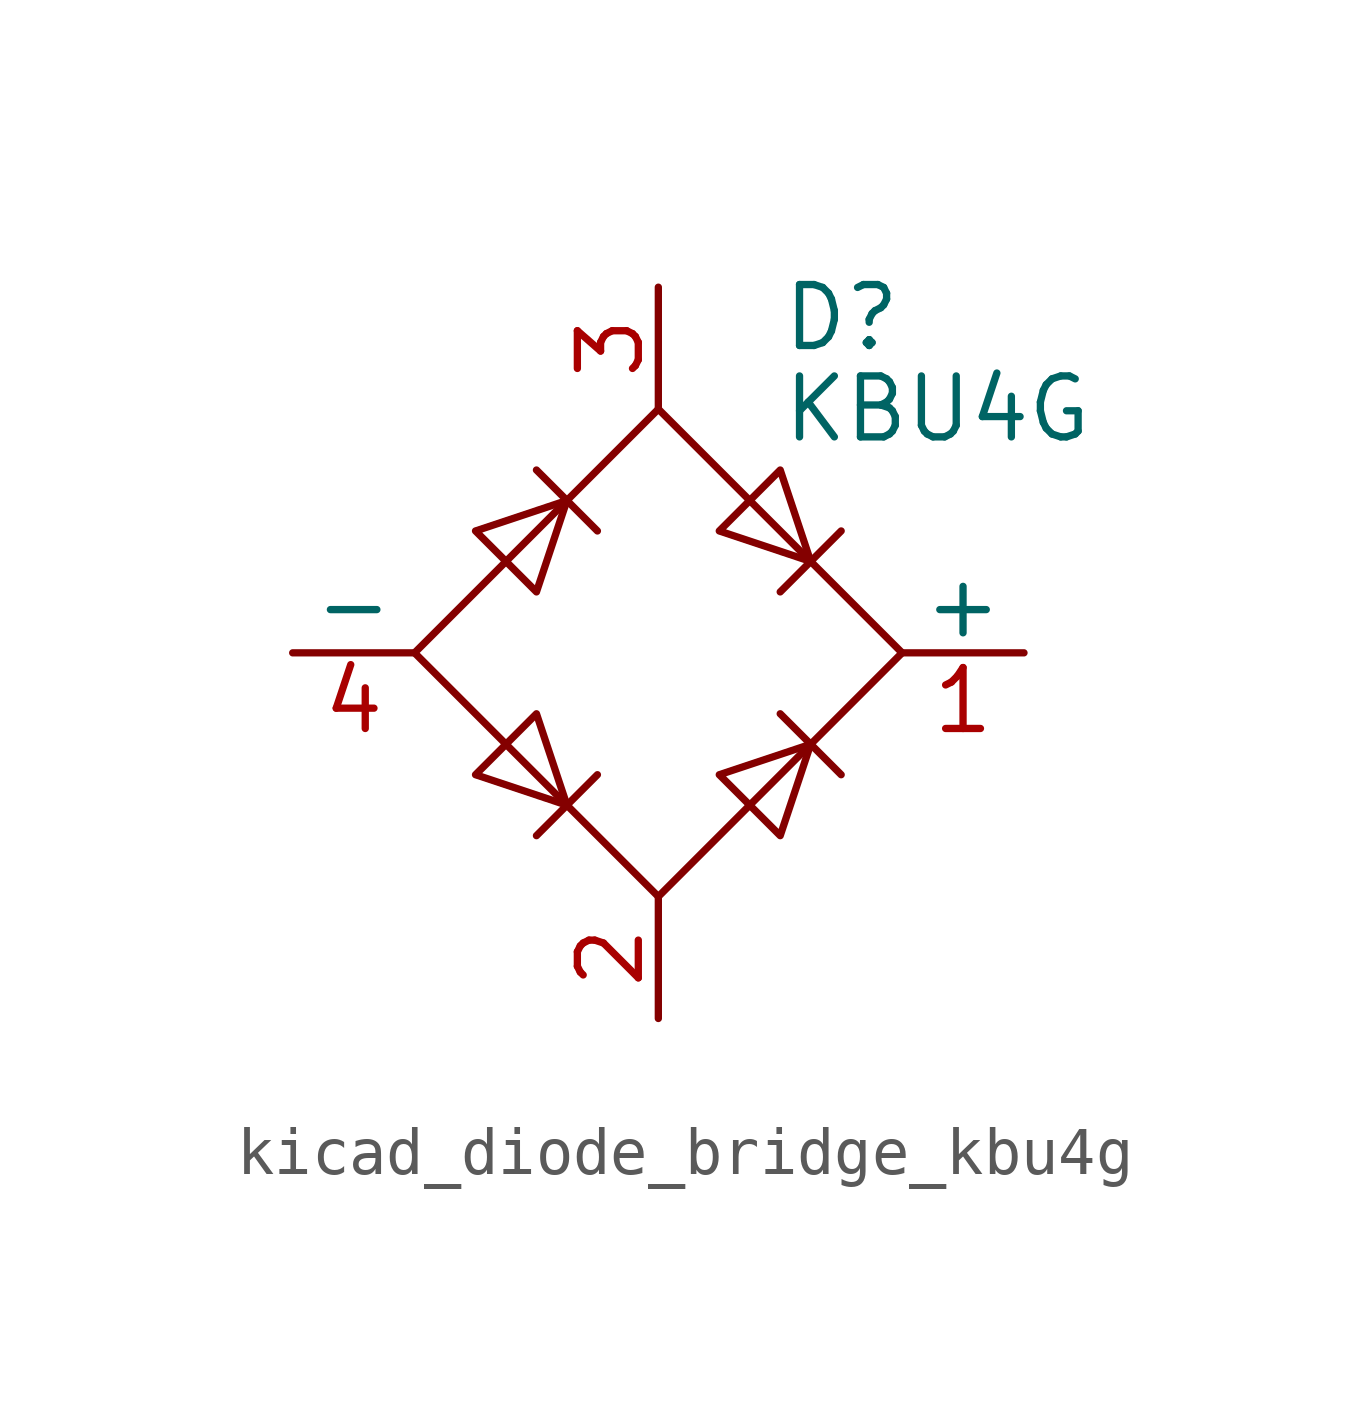
<source format=kicad_sym>
(kicad_symbol_lib
  (version 20220914)
  (generator kicad_symbol_editor)
  (symbol "kicad_diode_bridge_kbu4g"
    (pin_names
      (offset 0))
    (property "Reference" "D"
      (at 2.54 6.985 0)
      (effects (font (size 1.27 1.27)) (justify left)))
    (property "Value" "KBU4G"
      (at 2.54 5.08 0)
      (effects (font (size 1.27 1.27)) (justify left)))
    (symbol "kicad_diode_bridge_kbu4g_0_1"
      (polyline (pts (xy -2.54 3.81) (xy -1.27 2.54)) (stroke (width 0) (type default)) (fill (type none)))
      (polyline (pts (xy -1.27 -2.54) (xy -2.54 -3.81)) (stroke (width 0) (type default)) (fill (type none)))
      (polyline (pts (xy 2.54 -1.27) (xy 3.81 -2.54)) (stroke (width 0) (type default)) (fill (type none)))
      (polyline (pts (xy 2.54 1.27) (xy 3.81 2.54)) (stroke (width 0) (type default)) (fill (type none)))
      (polyline (pts (xy -3.81 2.54) (xy -2.54 1.27) (xy -1.905 3.175) (xy -3.81 2.54)) (stroke (width 0) (type default)) (fill (type none)))
      (polyline (pts (xy -2.54 -1.27) (xy -3.81 -2.54) (xy -1.905 -3.175) (xy -2.54 -1.27)) (stroke (width 0) (type default)) (fill (type none)))
      (polyline (pts (xy 1.27 2.54) (xy 2.54 3.81) (xy 3.175 1.905) (xy 1.27 2.54)) (stroke (width 0) (type default)) (fill (type none)))
      (polyline (pts (xy 3.175 -1.905) (xy 1.27 -2.54) (xy 2.54 -3.81) (xy 3.175 -1.905)) (stroke (width 0) (type default)) (fill (type none)))
      (polyline (pts (xy -5.08 0) (xy 0 -5.08) (xy 5.08 0) (xy 0 5.08) (xy -5.08 0)) (stroke (width 0) (type default)) (fill (type none))))
    (symbol "kicad_diode_bridge_kbu4g_1_1"
      (pin passive line (at 7.62 0 180) (length 2.54) (name "+" (effects (font (size 1.27 1.27)))) (number "1" (effects (font (size 1.27 1.27)))))
      (pin passive line (at 0 -7.62 90) (length 2.54) (name "~" (effects (font (size 1.27 1.27)))) (number "2" (effects (font (size 1.27 1.27)))))
      (pin passive line (at 0 7.62 270) (length 2.54) (name "~" (effects (font (size 1.27 1.27)))) (number "3" (effects (font (size 1.27 1.27)))))
      (pin passive line (at -7.62 0 0) (length 2.54) (name "-" (effects (font (size 1.27 1.27)))) (number "4" (effects (font (size 1.27 1.27))))))))
</source>
